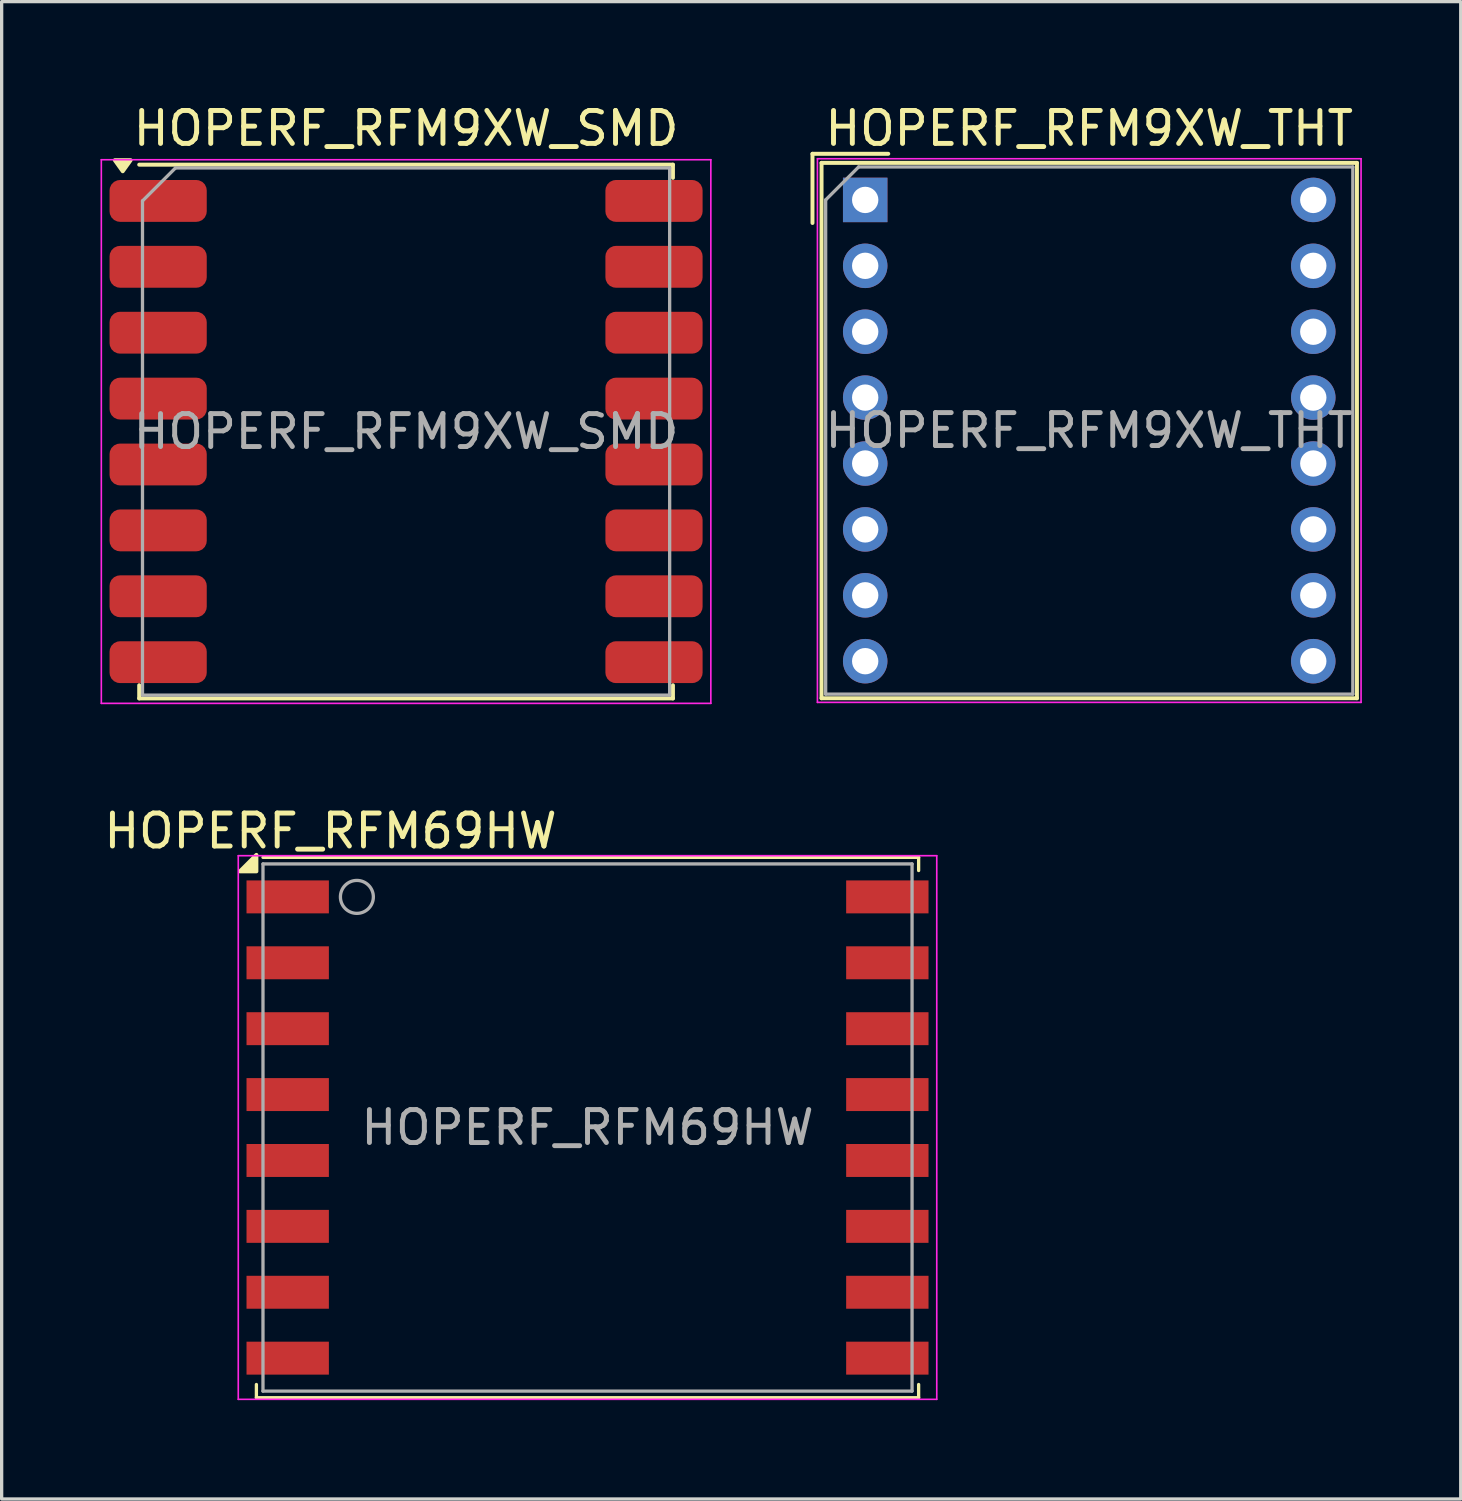
<source format=kicad_pcb>
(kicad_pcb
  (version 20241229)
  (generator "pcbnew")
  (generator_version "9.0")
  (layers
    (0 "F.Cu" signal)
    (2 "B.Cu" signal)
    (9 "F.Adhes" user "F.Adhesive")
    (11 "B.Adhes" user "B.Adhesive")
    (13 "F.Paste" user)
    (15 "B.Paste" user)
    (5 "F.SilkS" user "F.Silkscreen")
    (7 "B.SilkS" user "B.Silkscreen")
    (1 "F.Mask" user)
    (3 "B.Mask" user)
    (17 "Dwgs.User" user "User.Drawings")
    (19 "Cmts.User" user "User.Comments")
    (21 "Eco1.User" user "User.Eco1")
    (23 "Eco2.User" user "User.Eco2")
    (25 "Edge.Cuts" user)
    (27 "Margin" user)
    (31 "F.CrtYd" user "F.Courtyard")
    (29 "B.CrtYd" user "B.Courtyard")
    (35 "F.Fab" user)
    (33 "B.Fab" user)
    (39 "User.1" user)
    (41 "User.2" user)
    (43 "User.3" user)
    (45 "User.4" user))
  (footprint "HOPERF_RFM9XW_SMD"
    (layer "F.Cu")
    (at 9.275 10.048)
    (property "Reference" "HOPERF_RFM9XW_SMD" (at 0 -9.2 0) (layer "F.SilkS") (effects (font (size 1 1) (thickness 0.15))))
    (attr smd)
    (fp_line (start -8.1 -8.1) (end 8.1 -8.1) (stroke (width 0.12) (type solid)) (layer "F.SilkS"))
    (fp_line (start -8.1 7.7) (end -8.1 8.1) (stroke (width 0.12) (type solid)) (layer "F.SilkS"))
    (fp_line (start -8.1 8.1) (end 8.1 8.1) (stroke (width 0.12) (type solid)) (layer "F.SilkS"))
    (fp_line (start 8.1 -8.1) (end 8.1 -7.7) (stroke (width 0.12) (type solid)) (layer "F.SilkS"))
    (fp_line (start 8.1 8.1) (end 8.1 7.7) (stroke (width 0.12) (type solid)) (layer "F.SilkS"))
    (fp_poly (pts (xy -8.6 -7.9) (xy -8.84 -8.236) (xy -8.36 -8.236) (xy -8.6 -7.9)) (stroke (width 0.12) (type solid)) (fill yes) (layer "F.SilkS"))
    (fp_line (start -9.25 -8.25) (end 9.25 -8.25) (stroke (width 0.05) (type solid)) (layer "F.CrtYd"))
    (fp_line (start -9.25 8.25) (end -9.25 -8.25) (stroke (width 0.05) (type solid)) (layer "F.CrtYd"))
    (fp_line (start -9.25 8.25) (end 9.25 8.25) (stroke (width 0.05) (type solid)) (layer "F.CrtYd"))
    (fp_line (start 9.25 -8.25) (end 9.25 8.25) (stroke (width 0.05) (type solid)) (layer "F.CrtYd"))
    (fp_line (start -8 8) (end -8 -7) (stroke (width 0.1) (type solid)) (layer "F.Fab"))
    (fp_line (start -8 8) (end 8 8) (stroke (width 0.1) (type solid)) (layer "F.Fab"))
    (fp_line (start -7 -8) (end -8 -7) (stroke (width 0.1) (type solid)) (layer "F.Fab"))
    (fp_line (start -7 -8) (end 8 -8) (stroke (width 0.1) (type solid)) (layer "F.Fab"))
    (fp_line (start 8 8) (end 8 -8) (stroke (width 0.1) (type solid)) (layer "F.Fab"))
    (fp_text user "${REFERENCE}" (at 0 0 0) (layer "F.Fab") (effects (font (size 1 1) (thickness 0.15))))
    (pad "1" smd roundrect (at -7.525 -7) (size 2.95 1.27) (layers "F.Cu" "F.Mask" "F.Paste") (roundrect_rratio 0.25))
    (pad "2" smd roundrect (at -7.525 -5) (size 2.95 1.27) (layers "F.Cu" "F.Mask" "F.Paste") (roundrect_rratio 0.25))
    (pad "3" smd roundrect (at -7.525 -3) (size 2.95 1.27) (layers "F.Cu" "F.Mask" "F.Paste") (roundrect_rratio 0.25))
    (pad "4" smd roundrect (at -7.525 -1) (size 2.95 1.27) (layers "F.Cu" "F.Mask" "F.Paste") (roundrect_rratio 0.25))
    (pad "5" smd roundrect (at -7.525 1) (size 2.95 1.27) (layers "F.Cu" "F.Mask" "F.Paste") (roundrect_rratio 0.25))
    (pad "6" smd roundrect (at -7.525 3) (size 2.95 1.27) (layers "F.Cu" "F.Mask" "F.Paste") (roundrect_rratio 0.25))
    (pad "7" smd roundrect (at -7.525 5) (size 2.95 1.27) (layers "F.Cu" "F.Mask" "F.Paste") (roundrect_rratio 0.25))
    (pad "8" smd roundrect (at -7.525 7) (size 2.95 1.27) (layers "F.Cu" "F.Mask" "F.Paste") (roundrect_rratio 0.25))
    (pad "9" smd roundrect (at 7.525 7) (size 2.95 1.27) (layers "F.Cu" "F.Mask" "F.Paste") (roundrect_rratio 0.25))
    (pad "10" smd roundrect (at 7.525 5) (size 2.95 1.27) (layers "F.Cu" "F.Mask" "F.Paste") (roundrect_rratio 0.25))
    (pad "11" smd roundrect (at 7.525 3) (size 2.95 1.27) (layers "F.Cu" "F.Mask" "F.Paste") (roundrect_rratio 0.25))
    (pad "12" smd roundrect (at 7.525 1) (size 2.95 1.27) (layers "F.Cu" "F.Mask" "F.Paste") (roundrect_rratio 0.25))
    (pad "13" smd roundrect (at 7.525 -1) (size 2.95 1.27) (layers "F.Cu" "F.Mask" "F.Paste") (roundrect_rratio 0.25))
    (pad "14" smd roundrect (at 7.525 -3) (size 2.95 1.27) (layers "F.Cu" "F.Mask" "F.Paste") (roundrect_rratio 0.25))
    (pad "15" smd roundrect (at 7.525 -5) (size 2.95 1.27) (layers "F.Cu" "F.Mask" "F.Paste") (roundrect_rratio 0.25))
    (pad "16" smd roundrect (at 7.525 -7) (size 2.95 1.27) (layers "F.Cu" "F.Mask" "F.Paste") (roundrect_rratio 0.25)))
  (footprint "HOPERF_RFM9XW_THT"
    (layer "F.Cu")
    (at 23.21 3.018)
    (property "Reference" "HOPERF_RFM9XW_THT" (at 6.8 -2.17 0) (layer "F.SilkS") (effects (font (size 1 1) (thickness 0.15))))
    (attr through_hole)
    (fp_line (start -1.6 -1.4) (end 0.7 -1.4) (stroke (width 0.12) (type solid)) (layer "F.SilkS"))
    (fp_line (start -1.6 0.7) (end -1.6 -1.4) (stroke (width 0.12) (type solid)) (layer "F.SilkS"))
    (fp_line (start -1.325 -1.125) (end 14.925 -1.125) (stroke (width 0.12) (type solid)) (layer "F.SilkS"))
    (fp_line (start -1.325 15.125) (end -1.325 -1.125) (stroke (width 0.12) (type solid)) (layer "F.SilkS"))
    (fp_line (start 14.925 -1.125) (end 14.925 15.125) (stroke (width 0.12) (type solid)) (layer "F.SilkS"))
    (fp_line (start 14.925 15.125) (end -1.325 15.125) (stroke (width 0.12) (type solid)) (layer "F.SilkS"))
    (fp_line (start -1.45 -1.25) (end 15.05 -1.25) (stroke (width 0.05) (type solid)) (layer "F.CrtYd"))
    (fp_line (start -1.45 15.25) (end -1.45 -1.25) (stroke (width 0.05) (type solid)) (layer "F.CrtYd"))
    (fp_line (start 15.05 -1.25) (end 15.05 15.25) (stroke (width 0.05) (type solid)) (layer "F.CrtYd"))
    (fp_line (start 15.05 15.25) (end -1.45 15.25) (stroke (width 0.05) (type solid)) (layer "F.CrtYd"))
    (fp_line (start -1.2 0) (end -0.2 -1) (stroke (width 0.1) (type solid)) (layer "F.Fab"))
    (fp_line (start -1.2 15) (end -1.2 0) (stroke (width 0.1) (type solid)) (layer "F.Fab"))
    (fp_line (start -0.2 -1) (end 14.8 -1) (stroke (width 0.1) (type solid)) (layer "F.Fab"))
    (fp_line (start 14.8 -1) (end 14.8 15) (stroke (width 0.1) (type solid)) (layer "F.Fab"))
    (fp_line (start 14.8 15) (end -1.2 15) (stroke (width 0.1) (type solid)) (layer "F.Fab"))
    (fp_text user "${REFERENCE}" (at 6.8 7 0) (layer "F.Fab") (effects (font (size 1 1) (thickness 0.15))))
    (pad "1" thru_hole rect (at 0 0) (size 1.35 1.35) (drill 0.8) (layers "*.Cu" "*.Mask"))
    (pad "2" thru_hole circle (at 0 2) (size 1.35 1.35) (drill 0.8) (layers "*.Cu" "*.Mask"))
    (pad "3" thru_hole circle (at 0 4) (size 1.35 1.35) (drill 0.8) (layers "*.Cu" "*.Mask"))
    (pad "4" thru_hole circle (at 0 6) (size 1.35 1.35) (drill 0.8) (layers "*.Cu" "*.Mask"))
    (pad "5" thru_hole circle (at 0 8) (size 1.35 1.35) (drill 0.8) (layers "*.Cu" "*.Mask"))
    (pad "6" thru_hole circle (at 0 10) (size 1.35 1.35) (drill 0.8) (layers "*.Cu" "*.Mask"))
    (pad "7" thru_hole circle (at 0 12) (size 1.35 1.35) (drill 0.8) (layers "*.Cu" "*.Mask"))
    (pad "8" thru_hole circle (at 0 14) (size 1.35 1.35) (drill 0.8) (layers "*.Cu" "*.Mask"))
    (pad "9" thru_hole circle (at 13.6 14) (size 1.35 1.35) (drill 0.8) (layers "*.Cu" "*.Mask"))
    (pad "10" thru_hole circle (at 13.6 12) (size 1.35 1.35) (drill 0.8) (layers "*.Cu" "*.Mask"))
    (pad "11" thru_hole circle (at 13.6 10) (size 1.35 1.35) (drill 0.8) (layers "*.Cu" "*.Mask"))
    (pad "12" thru_hole circle (at 13.6 8) (size 1.35 1.35) (drill 0.8) (layers "*.Cu" "*.Mask"))
    (pad "13" thru_hole circle (at 13.6 6) (size 1.35 1.35) (drill 0.8) (layers "*.Cu" "*.Mask"))
    (pad "14" thru_hole circle (at 13.6 4) (size 1.35 1.35) (drill 0.8) (layers "*.Cu" "*.Mask"))
    (pad "15" thru_hole circle (at 13.6 2) (size 1.35 1.35) (drill 0.8) (layers "*.Cu" "*.Mask"))
    (pad "16" thru_hole circle (at 13.6 0) (size 1.35 1.35) (drill 0.8) (layers "*.Cu" "*.Mask")))
  (footprint "HOPERF_RFM69HW"
    (layer "F.Cu")
    (at 14.782 31.172)
    (property "Reference" "HOPERF_RFM69HW" (at -7.8 -9 0) (layer "F.SilkS") (effects (font (size 1 1) (thickness 0.15))))
    (attr smd)
    (fp_line (start -10.05 7.8) (end -10.05 8.2) (stroke (width 0.1) (type solid)) (layer "F.SilkS"))
    (fp_line (start -10.05 8.2) (end 10.05 8.2) (stroke (width 0.1) (type solid)) (layer "F.SilkS"))
    (fp_line (start -9.85 -8.2) (end 10.05 -8.2) (stroke (width 0.1) (type solid)) (layer "F.SilkS"))
    (fp_line (start 10.05 -8.2) (end 10.05 -7.8) (stroke (width 0.1) (type solid)) (layer "F.SilkS"))
    (fp_line (start 10.05 7.8) (end 10.05 8.2) (stroke (width 0.1) (type solid)) (layer "F.SilkS"))
    (fp_poly (pts (xy -10.05 -7.775) (xy -10.55 -7.775) (xy -10.05 -8.275) (xy -10.05 -7.775)) (stroke (width 0.12) (type solid)) (fill yes) (layer "F.SilkS"))
    (fp_line (start -10.6 -8.25) (end 10.6 -8.25) (stroke (width 0.05) (type solid)) (layer "F.CrtYd"))
    (fp_line (start -10.6 8.25) (end -10.6 -8.25) (stroke (width 0.05) (type solid)) (layer "F.CrtYd"))
    (fp_line (start 10.6 -8.25) (end 10.6 8.25) (stroke (width 0.05) (type solid)) (layer "F.CrtYd"))
    (fp_line (start 10.6 8.25) (end -10.6 8.25) (stroke (width 0.05) (type solid)) (layer "F.CrtYd"))
    (fp_line (start -9.85 -8) (end 9.85 -8) (stroke (width 0.1) (type solid)) (layer "F.Fab"))
    (fp_line (start -9.85 8) (end -9.85 -8) (stroke (width 0.1) (type solid)) (layer "F.Fab"))
    (fp_line (start 9.85 -8) (end 9.85 8) (stroke (width 0.1) (type solid)) (layer "F.Fab"))
    (fp_line (start 9.85 8) (end -9.85 8) (stroke (width 0.1) (type solid)) (layer "F.Fab"))
    (fp_circle (center -7 -7) (end -7.5 -7) (stroke (width 0.1) (type solid)) (fill no) (layer "F.Fab"))
    (fp_text user "${REFERENCE}" (at 0 0 0) (layer "F.Fab") (effects (font (size 1 1) (thickness 0.15))))
    (pad "1" smd rect (at -9.1 -7) (size 2.5 1) (layers "F.Cu" "F.Mask" "F.Paste"))
    (pad "2" smd rect (at -9.1 -5) (size 2.5 1) (layers "F.Cu" "F.Mask" "F.Paste"))
    (pad "3" smd rect (at -9.1 -3) (size 2.5 1) (layers "F.Cu" "F.Mask" "F.Paste"))
    (pad "4" smd rect (at -9.1 -1) (size 2.5 1) (layers "F.Cu" "F.Mask" "F.Paste"))
    (pad "5" smd rect (at -9.1 1) (size 2.5 1) (layers "F.Cu" "F.Mask" "F.Paste"))
    (pad "6" smd rect (at -9.1 3) (size 2.5 1) (layers "F.Cu" "F.Mask" "F.Paste"))
    (pad "7" smd rect (at -9.1 5) (size 2.5 1) (layers "F.Cu" "F.Mask" "F.Paste"))
    (pad "8" smd rect (at -9.1 7) (size 2.5 1) (layers "F.Cu" "F.Mask" "F.Paste"))
    (pad "9" smd rect (at 9.1 7) (size 2.5 1) (layers "F.Cu" "F.Mask" "F.Paste"))
    (pad "10" smd rect (at 9.1 5) (size 2.5 1) (layers "F.Cu" "F.Mask" "F.Paste"))
    (pad "11" smd rect (at 9.1 3) (size 2.5 1) (layers "F.Cu" "F.Mask" "F.Paste"))
    (pad "12" smd rect (at 9.1 1) (size 2.5 1) (layers "F.Cu" "F.Mask" "F.Paste"))
    (pad "13" smd rect (at 9.1 -1) (size 2.5 1) (layers "F.Cu" "F.Mask" "F.Paste"))
    (pad "14" smd rect (at 9.1 -3) (size 2.5 1) (layers "F.Cu" "F.Mask" "F.Paste"))
    (pad "15" smd rect (at 9.1 -5) (size 2.5 1) (layers "F.Cu" "F.Mask" "F.Paste"))
    (pad "16" smd rect (at 9.1 -7) (size 2.5 1) (layers "F.Cu" "F.Mask" "F.Paste")))
  (gr_rect
    (start -3 -3)
    (end 41.285 42.447)
    (stroke (width 0.1) (type default))
    (fill no)
    (layer "Edge.Cuts")))
</source>
